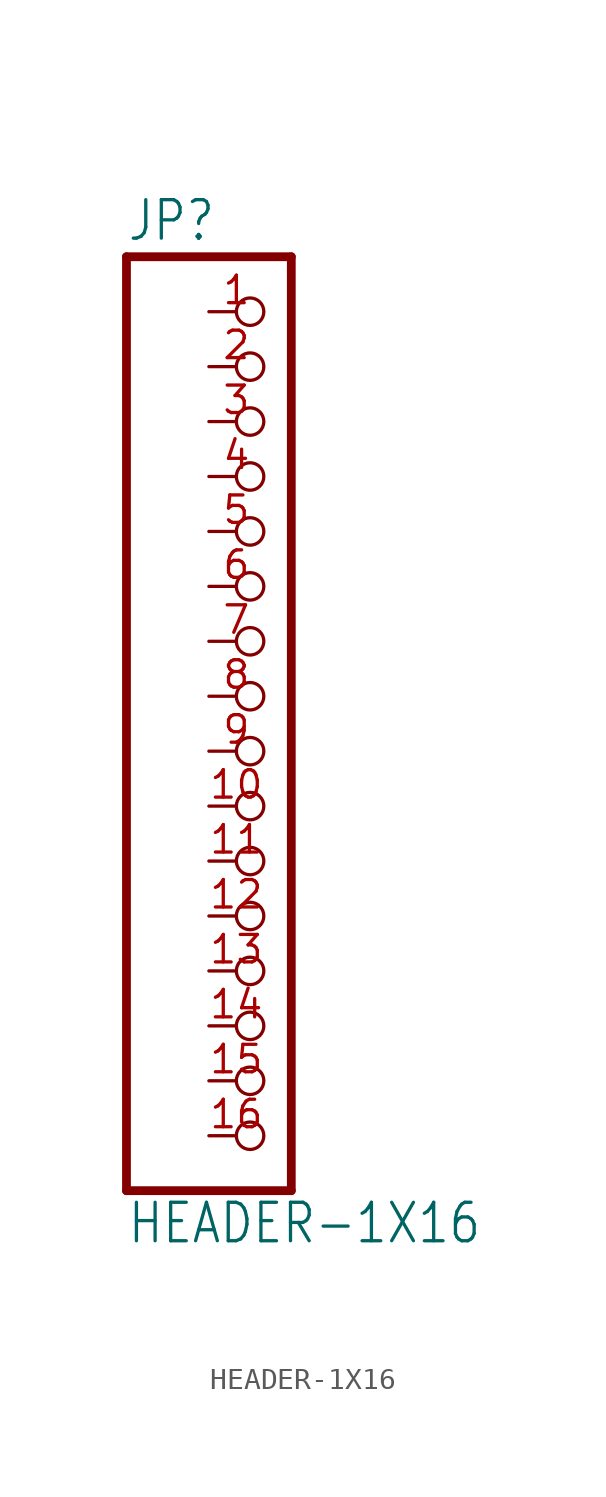
<source format=kicad_sym>
(kicad_symbol_lib
  (version 20211014)
  (generator kicad_symbol_editor)
  (symbol "HEADER-1X16"
    (property "Reference" "JP"
      (at -6.35 20.955 0)
      (effects (font (size 1.778 1.511)) (justify left bottom)))
    (property "Value" "HEADER-1X16"
      (at -6.35 -25.4 0)
      (effects (font (size 1.778 1.511)) (justify left bottom)))
    (property "ki_locked" ""
      (at 0 0 0)
      (effects (font (size 1.27 1.27))))
    (symbol "HEADER-1X16_1_0"
      (polyline (pts (xy -6.35 -22.86) (xy 1.27 -22.86)) (stroke (width 0.406) (type default) (color 0 0 0 0)) (fill (type none)))
      (polyline (pts (xy -6.35 20.32) (xy -6.35 -22.86)) (stroke (width 0.406) (type default) (color 0 0 0 0)) (fill (type none)))
      (polyline (pts (xy 1.27 -22.86) (xy 1.27 20.32)) (stroke (width 0.406) (type default) (color 0 0 0 0)) (fill (type none)))
      (polyline (pts (xy 1.27 20.32) (xy -6.35 20.32)) (stroke (width 0.406) (type default) (color 0 0 0 0)) (fill (type none)))
      (pin passive inverted (at -2.54 17.78 0) (length 2.54) (name "1" (effects (font (size 0 0)))) (number "1" (effects (font (size 1.27 1.27)))))
      (pin passive inverted (at -2.54 -5.08 0) (length 2.54) (name "10" (effects (font (size 0 0)))) (number "10" (effects (font (size 1.27 1.27)))))
      (pin passive inverted (at -2.54 -7.62 0) (length 2.54) (name "11" (effects (font (size 0 0)))) (number "11" (effects (font (size 1.27 1.27)))))
      (pin passive inverted (at -2.54 -10.16 0) (length 2.54) (name "12" (effects (font (size 0 0)))) (number "12" (effects (font (size 1.27 1.27)))))
      (pin passive inverted (at -2.54 -12.7 0) (length 2.54) (name "13" (effects (font (size 0 0)))) (number "13" (effects (font (size 1.27 1.27)))))
      (pin passive inverted (at -2.54 -15.24 0) (length 2.54) (name "14" (effects (font (size 0 0)))) (number "14" (effects (font (size 1.27 1.27)))))
      (pin passive inverted (at -2.54 -17.78 0) (length 2.54) (name "15" (effects (font (size 0 0)))) (number "15" (effects (font (size 1.27 1.27)))))
      (pin passive inverted (at -2.54 -20.32 0) (length 2.54) (name "16" (effects (font (size 0 0)))) (number "16" (effects (font (size 1.27 1.27)))))
      (pin passive inverted (at -2.54 15.24 0) (length 2.54) (name "2" (effects (font (size 0 0)))) (number "2" (effects (font (size 1.27 1.27)))))
      (pin passive inverted (at -2.54 12.7 0) (length 2.54) (name "3" (effects (font (size 0 0)))) (number "3" (effects (font (size 1.27 1.27)))))
      (pin passive inverted (at -2.54 10.16 0) (length 2.54) (name "4" (effects (font (size 0 0)))) (number "4" (effects (font (size 1.27 1.27)))))
      (pin passive inverted (at -2.54 7.62 0) (length 2.54) (name "5" (effects (font (size 0 0)))) (number "5" (effects (font (size 1.27 1.27)))))
      (pin passive inverted (at -2.54 5.08 0) (length 2.54) (name "6" (effects (font (size 0 0)))) (number "6" (effects (font (size 1.27 1.27)))))
      (pin passive inverted (at -2.54 2.54 0) (length 2.54) (name "7" (effects (font (size 0 0)))) (number "7" (effects (font (size 1.27 1.27)))))
      (pin passive inverted (at -2.54 0 0) (length 2.54) (name "8" (effects (font (size 0 0)))) (number "8" (effects (font (size 1.27 1.27)))))
      (pin passive inverted (at -2.54 -2.54 0) (length 2.54) (name "9" (effects (font (size 0 0)))) (number "9" (effects (font (size 1.27 1.27))))))))
</source>
